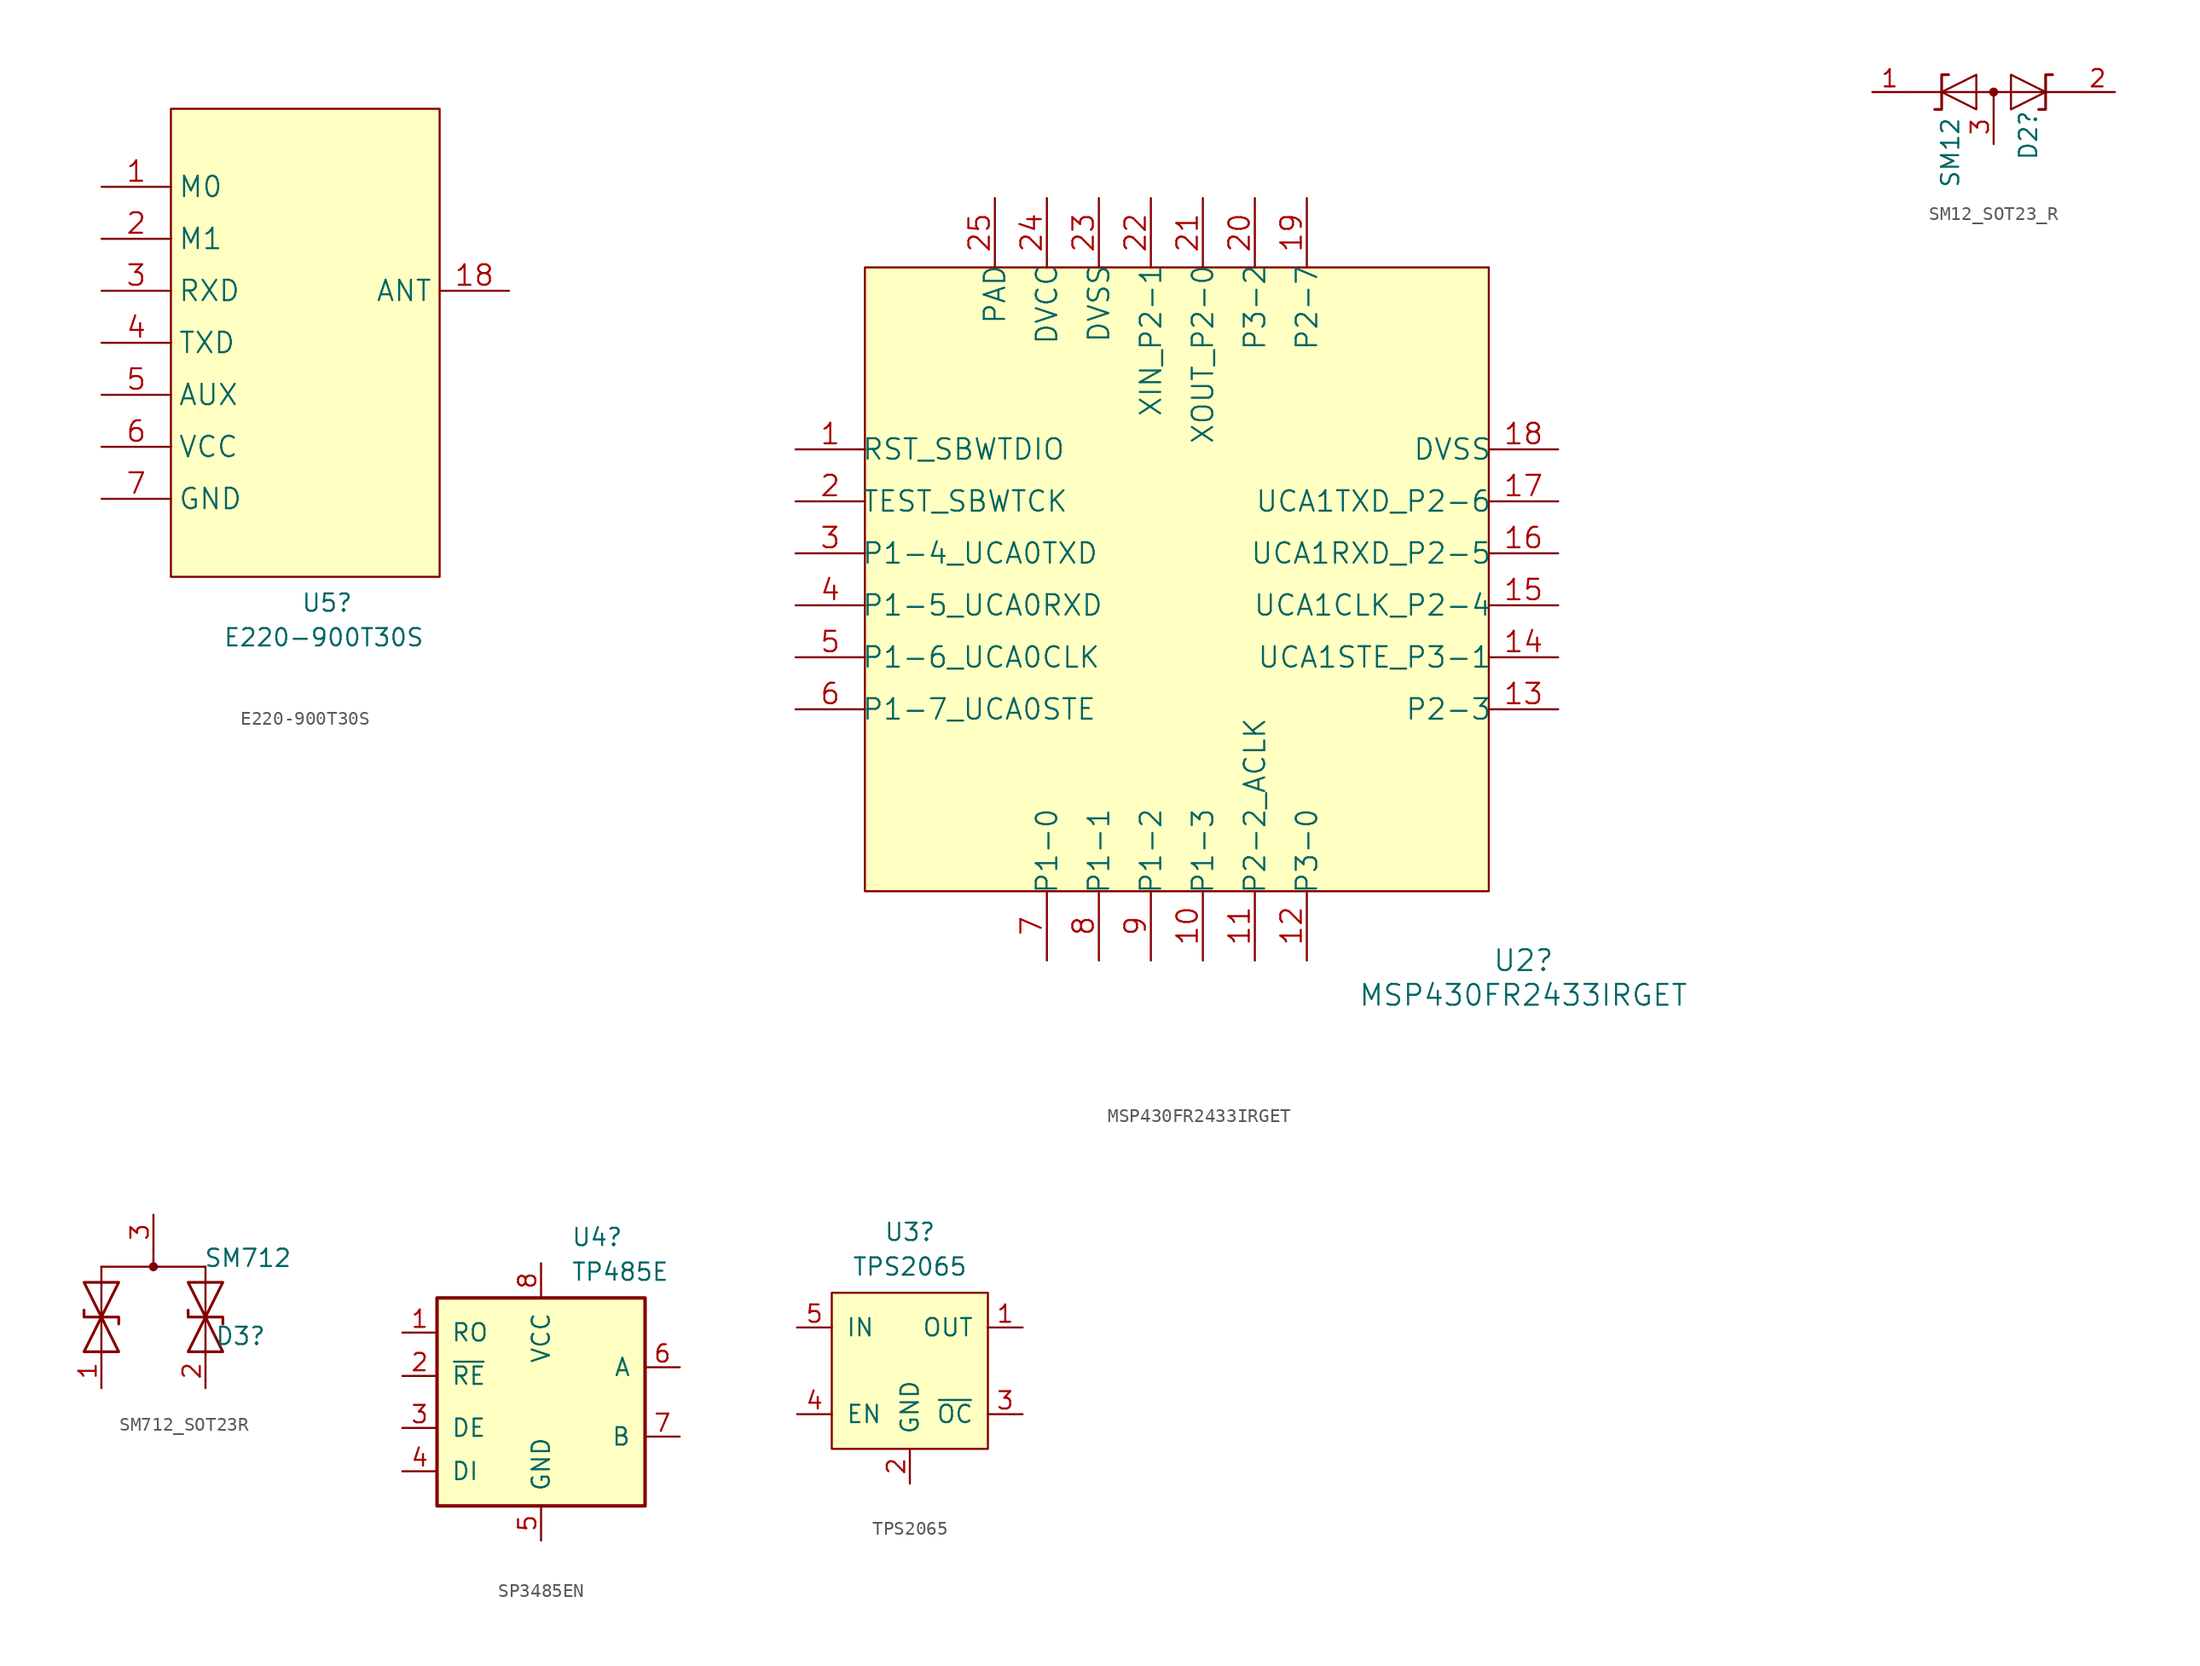
<source format=kicad_sym>
(kicad_symbol_lib
  (version 20241209)
  (generator "kicad_symbol_editor")
  (generator_version "9.0")
  (symbol "E220-900T30S"
    (property "Reference" "U5"
      (at 0 -19.05 0)
      (effects (font (size 1.27 1.27)) (justify left)))
    (property "Value" "E220-900T30S"
      (at -5.715 -21.59 0)
      (effects (font (size 1.27 1.27)) (justify left)))
    (symbol "E220-900T30S_1_1"
      (rectangle (start -9.525 17.145) (end 10.16 -17.145) (stroke (width 0) (type default)) (fill (type background)))
      (pin input line (at -14.605 11.43 0) (length 5.08) (name "M0" (effects (font (size 1.499 1.499)))) (number "1" (effects (font (size 1.499 1.499)))))
      (pin input line (at -14.605 7.62 0) (length 5.08) (name "M1" (effects (font (size 1.499 1.499)))) (number "2" (effects (font (size 1.499 1.499)))))
      (pin input line (at -14.605 3.81 0) (length 5.08) (name "RXD" (effects (font (size 1.499 1.499)))) (number "3" (effects (font (size 1.499 1.499)))))
      (pin output line (at -14.605 0 0) (length 5.08) (name "TXD" (effects (font (size 1.499 1.499)))) (number "4" (effects (font (size 1.499 1.499)))))
      (pin output line (at -14.605 -3.81 0) (length 5.08) (name "AUX" (effects (font (size 1.499 1.499)))) (number "5" (effects (font (size 1.499 1.499)))))
      (pin power_in line (at -14.605 -7.62 0) (length 5.08) (name "VCC" (effects (font (size 1.499 1.499)))) (number "6" (effects (font (size 1.499 1.499)))))
      (pin power_in line (at -14.605 -11.43 0) (length 5.08) (hide yes) (name "GND" (effects (font (size 1.499 1.499)))) (number "15" (effects (font (size 1.499 1.499)))))
      (pin power_in line (at -14.605 -11.43 0) (length 5.08) (hide yes) (name "GND" (effects (font (size 1.499 1.499)))) (number "16" (effects (font (size 1.499 1.499)))))
      (pin power_in line (at -14.605 -11.43 0) (length 5.08) (hide yes) (name "GND" (effects (font (size 1.499 1.499)))) (number "17" (effects (font (size 1.499 1.499)))))
      (pin power_in line (at -14.605 -11.43 0) (length 5.08) (name "GND" (effects (font (size 1.499 1.499)))) (number "7" (effects (font (size 1.499 1.499)))))
      (pin power_in line (at -14.605 -11.43 0) (length 5.08) (hide yes) (name "GND" (effects (font (size 1.499 1.499)))) (number "9" (effects (font (size 1.499 1.499)))))
      (pin bidirectional line (at 15.24 3.81 180) (length 5.08) (name "ANT" (effects (font (size 1.499 1.499)))) (number "18" (effects (font (size 1.499 1.499)))))
      (pin no_connect line (at 15.24 -5.08 180) (length 5.08) (hide yes) (name "NC" (effects (font (size 1.499 1.499)))) (number "12" (effects (font (size 1.499 1.499)))))))
  (symbol "MSP430FR2433IRGET"
    (pin_names
      (offset -0.254))
    (property "Reference" "U2"
      (at 25.4 -27.94 0)
      (effects (font (size 1.524 1.524))))
    (property "Value" "MSP430FR2433IRGET"
      (at 25.4 -30.48 0)
      (effects (font (size 1.524 1.524))))
    (property "Datasheet" ""
      (at -1.27 26.035 0)
      (effects (font (size 1.524 1.524))))
    (property "ki_locked" ""
      (at 0 0 0)
      (effects (font (size 1.27 1.27))))
    (symbol "MSP430FR2433IRGET_1_1"
      (rectangle (start -22.86 22.86) (end 22.86 -22.86) (stroke (width 0) (type default)) (fill (type background)))
      (pin bidirectional line (at -27.94 9.525 0) (length 5.08) (name "RST_SBWTDIO" (effects (font (size 1.499 1.499)))) (number "1" (effects (font (size 1.499 1.499)))))
      (pin input line (at -27.94 5.715 0) (length 5.08) (name "TEST_SBWTCK" (effects (font (size 1.499 1.499)))) (number "2" (effects (font (size 1.499 1.499)))))
      (pin bidirectional line (at -27.94 1.905 0) (length 5.08) (name "P1-4_UCA0TXD" (effects (font (size 1.499 1.499)))) (number "3" (effects (font (size 1.499 1.499)))))
      (pin bidirectional line (at -27.94 -1.905 0) (length 5.08) (name "P1-5_UCA0RXD" (effects (font (size 1.499 1.499)))) (number "4" (effects (font (size 1.499 1.499)))))
      (pin bidirectional line (at -27.94 -5.715 0) (length 5.08) (name "P1-6_UCA0CLK" (effects (font (size 1.499 1.499)))) (number "5" (effects (font (size 1.499 1.499)))))
      (pin bidirectional line (at -27.94 -9.525 0) (length 5.08) (name "P1-7_UCA0STE" (effects (font (size 1.499 1.499)))) (number "6" (effects (font (size 1.499 1.499)))))
      (pin power_in line (at -13.335 27.94 270) (length 5.08) (name "PAD" (effects (font (size 1.499 1.499)))) (number "25" (effects (font (size 1.499 1.499)))))
      (pin power_in line (at -9.525 27.94 270) (length 5.08) (name "DVCC" (effects (font (size 1.499 1.499)))) (number "24" (effects (font (size 1.499 1.499)))))
      (pin bidirectional line (at -9.525 -27.94 90) (length 5.08) (name "P1-0" (effects (font (size 1.499 1.499)))) (number "7" (effects (font (size 1.499 1.499)))))
      (pin power_in line (at -5.715 27.94 270) (length 5.08) (name "DVSS" (effects (font (size 1.499 1.499)))) (number "23" (effects (font (size 1.499 1.499)))))
      (pin bidirectional line (at -5.715 -27.94 90) (length 5.08) (name "P1-1" (effects (font (size 1.499 1.499)))) (number "8" (effects (font (size 1.499 1.499)))))
      (pin bidirectional line (at -1.905 27.94 270) (length 5.08) (name "XIN_P2-1" (effects (font (size 1.499 1.499)))) (number "22" (effects (font (size 1.499 1.499)))))
      (pin bidirectional line (at -1.905 -27.94 90) (length 5.08) (name "P1-2" (effects (font (size 1.499 1.499)))) (number "9" (effects (font (size 1.499 1.499)))))
      (pin bidirectional line (at 1.905 27.94 270) (length 5.08) (name "XOUT_P2-0" (effects (font (size 1.499 1.499)))) (number "21" (effects (font (size 1.499 1.499)))))
      (pin bidirectional line (at 1.905 -27.94 90) (length 5.08) (name "P1-3" (effects (font (size 1.499 1.499)))) (number "10" (effects (font (size 1.499 1.499)))))
      (pin bidirectional line (at 5.715 27.94 270) (length 5.08) (name "P3-2" (effects (font (size 1.499 1.499)))) (number "20" (effects (font (size 1.499 1.499)))))
      (pin bidirectional line (at 5.715 -27.94 90) (length 5.08) (name "P2-2_ACLK" (effects (font (size 1.499 1.499)))) (number "11" (effects (font (size 1.499 1.499)))))
      (pin bidirectional line (at 9.525 27.94 270) (length 5.08) (name "P2-7" (effects (font (size 1.499 1.499)))) (number "19" (effects (font (size 1.499 1.499)))))
      (pin bidirectional line (at 9.525 -27.94 90) (length 5.08) (name "P3-0" (effects (font (size 1.499 1.499)))) (number "12" (effects (font (size 1.499 1.499)))))
      (pin power_in line (at 27.94 9.525 180) (length 5.08) (name "DVSS" (effects (font (size 1.499 1.499)))) (number "18" (effects (font (size 1.499 1.499)))))
      (pin bidirectional line (at 27.94 5.715 180) (length 5.08) (name "UCA1TXD_P2-6" (effects (font (size 1.499 1.499)))) (number "17" (effects (font (size 1.499 1.499)))))
      (pin bidirectional line (at 27.94 1.905 180) (length 5.08) (name "UCA1RXD_P2-5" (effects (font (size 1.499 1.499)))) (number "16" (effects (font (size 1.499 1.499)))))
      (pin bidirectional line (at 27.94 -1.905 180) (length 5.08) (name "UCA1CLK_P2-4" (effects (font (size 1.499 1.499)))) (number "15" (effects (font (size 1.499 1.499)))))
      (pin bidirectional line (at 27.94 -5.715 180) (length 5.08) (name "UCA1STE_P3-1" (effects (font (size 1.499 1.499)))) (number "14" (effects (font (size 1.499 1.499)))))
      (pin bidirectional line (at 27.94 -9.525 180) (length 5.08) (name "P2-3" (effects (font (size 1.499 1.499)))) (number "13" (effects (font (size 1.499 1.499)))))))
  (symbol "SM12_SOT23_R"
    (pin_names
      (offset 1.016)
      (hide yes))
    (property "Reference" "D2"
      (at 2.54 -3.175 90)
      (effects (font (size 1.27 1.27))))
    (property "Value" "SM12"
      (at -3.175 -4.445 90)
      (effects (font (size 1.27 1.27))))
    (symbol "SM12_SOT23_R_0_0"
      (polyline (pts (xy 0 -1.27) (xy 0 0)) (stroke (width 0) (type default)) (fill (type none))))
    (symbol "SM12_SOT23_R_0_1"
      (polyline (pts (xy -6.35 0) (xy 6.35 0)) (stroke (width 0) (type default)) (fill (type none)))
      (polyline (pts (xy -3.302 1.27) (xy -3.81 1.27) (xy -3.81 -1.27) (xy -4.318 -1.27)) (stroke (width 0.203) (type default)) (fill (type none)))
      (polyline (pts (xy -1.27 1.27) (xy -1.27 -1.27) (xy -3.81 0) (xy -1.27 1.27)) (stroke (width 0) (type default)) (fill (type none)))
      (circle (center 0 0) (radius 0.254) (stroke (width 0) (type default)) (fill (type outline)))
      (polyline (pts (xy 1.27 1.27) (xy 1.27 -1.27) (xy 3.81 0) (xy 1.27 1.27)) (stroke (width 0) (type default)) (fill (type none)))
      (polyline (pts (xy 4.318 1.27) (xy 3.81 1.27) (xy 3.81 -1.27) (xy 3.302 -1.27)) (stroke (width 0.203) (type default)) (fill (type none))))
    (symbol "SM12_SOT23_R_1_1"
      (pin passive line (at -8.89 0 0) (length 2.54) (name "A1" (effects (font (size 1.27 1.27)))) (number "1" (effects (font (size 1.27 1.27)))))
      (pin input line (at 0 -3.81 90) (length 2.54) (name "common" (effects (font (size 1.27 1.27)))) (number "3" (effects (font (size 1.27 1.27)))))
      (pin passive line (at 8.89 0 180) (length 2.54) (name "A2" (effects (font (size 1.27 1.27)))) (number "2" (effects (font (size 1.27 1.27)))))))
  (symbol "SM712_SOT23R"
    (pin_names
      (offset 1.016)
      (hide yes))
    (property "Reference" "D3"
      (at 8.255 -5.08 0)
      (effects (font (size 1.27 1.27)) (justify right)))
    (property "Value" "SM712"
      (at 10.16 0.635 0)
      (effects (font (size 1.27 1.27)) (justify right)))
    (symbol "SM712_SOT23R_0_0"
      (polyline (pts (xy 0 1.27) (xy 0 0)) (stroke (width 0) (type default)) (fill (type none))))
    (symbol "SM712_SOT23R_0_1"
      (polyline (pts (xy -5.08 -3.175) (xy -5.08 -3.683) (xy -2.54 -3.683) (xy -2.54 -4.191)) (stroke (width 0.203) (type default)) (fill (type none)))
      (polyline (pts (xy -3.81 0) (xy 3.81 0)) (stroke (width 0) (type default)) (fill (type none)))
      (polyline (pts (xy -3.81 -6.35) (xy -3.81 0)) (stroke (width 0) (type default)) (fill (type none)))
      (polyline (pts (xy -2.54 -6.223) (xy -5.08 -1.143) (xy -2.54 -1.143) (xy -5.08 -6.223) (xy -2.54 -6.223)) (stroke (width 0.203) (type default)) (fill (type none)))
      (circle (center 0 0) (radius 0.254) (stroke (width 0) (type default)) (fill (type outline)))
      (polyline (pts (xy 2.54 -3.175) (xy 2.54 -3.683) (xy 5.08 -3.683) (xy 5.08 -4.191)) (stroke (width 0.203) (type default)) (fill (type none)))
      (polyline (pts (xy 3.81 0) (xy 3.81 -6.35)) (stroke (width 0) (type default)) (fill (type none)))
      (polyline (pts (xy 5.08 -6.223) (xy 2.54 -6.223) (xy 5.08 -1.143) (xy 2.54 -1.143) (xy 5.08 -6.223)) (stroke (width 0.203) (type default)) (fill (type none))))
    (symbol "SM712_SOT23R_1_1"
      (pin passive line (at -3.81 -8.89 90) (length 2.54) (name "A1" (effects (font (size 1.27 1.27)))) (number "1" (effects (font (size 1.27 1.27)))))
      (pin input line (at 0 3.81 270) (length 2.54) (name "common" (effects (font (size 1.27 1.27)))) (number "3" (effects (font (size 1.27 1.27)))))
      (pin passive line (at 3.81 -8.89 90) (length 2.54) (name "A2" (effects (font (size 1.27 1.27)))) (number "2" (effects (font (size 1.27 1.27)))))))
  (symbol "SP3485EN"
    (pin_names
      (offset 1.016))
    (property "Reference" "U4"
      (at 2.194 12.065 0)
      (effects (font (size 1.27 1.27)) (justify left)))
    (property "Value" "TP485E"
      (at 2.194 9.525 0)
      (effects (font (size 1.27 1.27)) (justify left)))
    (symbol "SP3485EN_0_1"
      (rectangle (start -7.62 7.62) (end 7.62 -7.62) (stroke (width 0.254) (type default)) (fill (type background))))
    (symbol "SP3485EN_1_1"
      (pin output line (at -10.16 5.08 0) (length 2.54) (name "RO" (effects (font (size 1.27 1.27)))) (number "1" (effects (font (size 1.27 1.27)))))
      (pin input line (at -10.16 1.905 0) (length 2.54) (name "~{RE}" (effects (font (size 1.27 1.27)))) (number "2" (effects (font (size 1.27 1.27)))))
      (pin input line (at -10.16 -1.905 0) (length 2.54) (name "DE" (effects (font (size 1.27 1.27)))) (number "3" (effects (font (size 1.27 1.27)))))
      (pin input line (at -10.16 -5.08 0) (length 2.54) (name "DI" (effects (font (size 1.27 1.27)))) (number "4" (effects (font (size 1.27 1.27)))))
      (pin power_in line (at 0 10.16 270) (length 2.54) (name "VCC" (effects (font (size 1.27 1.27)))) (number "8" (effects (font (size 1.27 1.27)))))
      (pin power_in line (at 0 -10.16 90) (length 2.54) (name "GND" (effects (font (size 1.27 1.27)))) (number "5" (effects (font (size 1.27 1.27)))))
      (pin bidirectional line (at 10.16 2.54 180) (length 2.54) (name "A" (effects (font (size 1.27 1.27)))) (number "6" (effects (font (size 1.27 1.27)))))
      (pin bidirectional line (at 10.16 -2.54 180) (length 2.54) (name "B" (effects (font (size 1.27 1.27)))) (number "7" (effects (font (size 1.27 1.27)))))))
  (symbol "TPS2065"
    (pin_names
      (offset 1.016))
    (property "Reference" "U3"
      (at 0 10.16 0)
      (effects (font (size 1.27 1.27))))
    (property "Value" "TPS2065"
      (at 0 7.62 0)
      (effects (font (size 1.27 1.27))))
    (symbol "TPS2065_1_1"
      (rectangle (start -5.715 5.715) (end 5.715 -5.715) (stroke (width 0) (type default)) (fill (type background)))
      (pin power_in line (at -8.255 3.175 0) (length 2.54) (name "IN" (effects (font (size 1.27 1.27)))) (number "5" (effects (font (size 1.27 1.27)))))
      (pin input line (at -8.255 -3.175 0) (length 2.54) (name "EN" (effects (font (size 1.27 1.27)))) (number "4" (effects (font (size 1.27 1.27)))))
      (pin power_in line (at 0 -8.255 90) (length 2.54) (name "GND" (effects (font (size 1.27 1.27)))) (number "2" (effects (font (size 1.27 1.27)))))
      (pin power_out line (at 8.255 3.175 180) (length 2.54) (name "OUT" (effects (font (size 1.27 1.27)))) (number "1" (effects (font (size 1.27 1.27)))))
      (pin open_collector line (at 8.255 -3.175 180) (length 2.54) (name "~{OC}" (effects (font (size 1.27 1.27)))) (number "3" (effects (font (size 1.27 1.27))))))))
</source>
